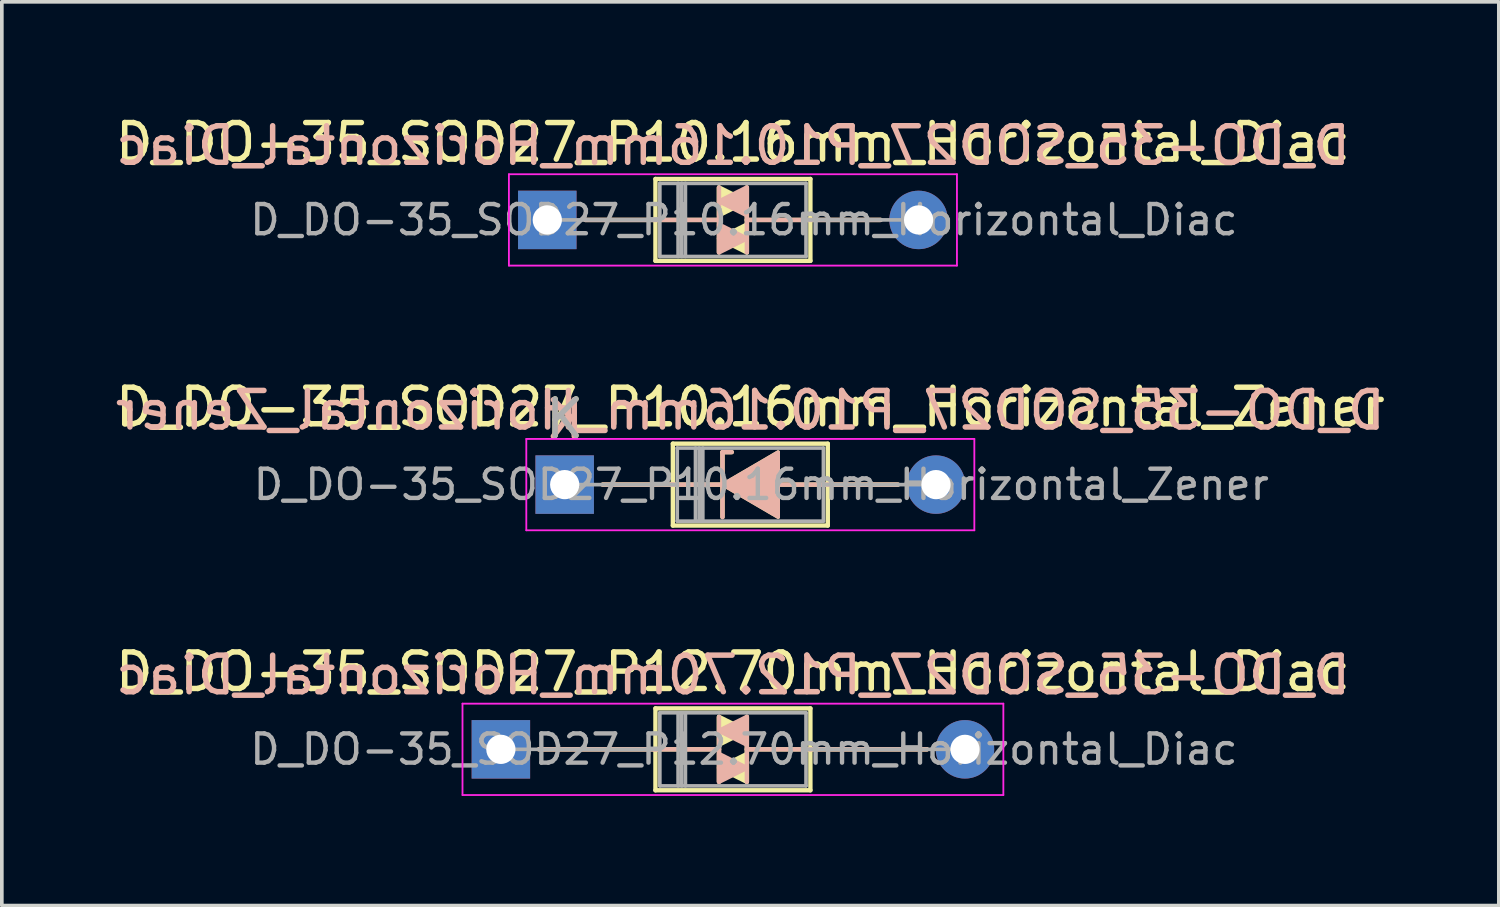
<source format=kicad_pcb>
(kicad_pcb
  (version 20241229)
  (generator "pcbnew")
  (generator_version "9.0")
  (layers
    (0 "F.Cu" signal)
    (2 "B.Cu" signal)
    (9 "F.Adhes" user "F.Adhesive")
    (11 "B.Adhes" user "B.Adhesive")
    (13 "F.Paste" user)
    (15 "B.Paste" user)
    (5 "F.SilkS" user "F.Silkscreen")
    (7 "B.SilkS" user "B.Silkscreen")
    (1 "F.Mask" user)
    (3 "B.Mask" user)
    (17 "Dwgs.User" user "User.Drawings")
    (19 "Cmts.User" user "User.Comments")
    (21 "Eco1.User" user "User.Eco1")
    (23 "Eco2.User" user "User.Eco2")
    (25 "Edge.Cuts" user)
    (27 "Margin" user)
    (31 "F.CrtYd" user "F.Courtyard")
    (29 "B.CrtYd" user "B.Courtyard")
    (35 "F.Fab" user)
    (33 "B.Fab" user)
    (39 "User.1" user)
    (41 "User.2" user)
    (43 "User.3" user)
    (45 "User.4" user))
  (footprint "D_DO-35_SOD27_P10.16mm_Horizontal_Zener"
    (layer "F.Cu")
    (at 12.402 10.211)
    (property "Reference" "D_DO-35_SOD27_P10.16mm_Horizontal_Zener" (at 5.08 -2.12 0) (layer "F.SilkS") (effects (font (size 1 1) (thickness 0.15))))
    (fp_line (start 1.04 0) (end 2.96 0) (stroke (width 0.12) (type solid)) (layer "F.SilkS"))
    (fp_line (start 2.921 0) (end 4.318 0) (stroke (width 0.12) (type solid)) (layer "F.SilkS"))
    (fp_line (start 2.96 -1.12) (end 2.96 1.12) (stroke (width 0.12) (type solid)) (layer "F.SilkS"))
    (fp_line (start 2.96 1.12) (end 7.2 1.12) (stroke (width 0.12) (type solid)) (layer "F.SilkS"))
    (fp_line (start 4.318 -0.889) (end 4.318 0.889) (stroke (width 0.12) (type solid)) (layer "F.SilkS"))
    (fp_line (start 4.318 -0.889) (end 4.572 -0.889) (stroke (width 0.12) (type solid)) (layer "F.SilkS"))
    (fp_line (start 7.2 -1.12) (end 2.96 -1.12) (stroke (width 0.12) (type solid)) (layer "F.SilkS"))
    (fp_line (start 7.2 0) (end 5.905 0) (stroke (width 0.12) (type solid)) (layer "F.SilkS"))
    (fp_line (start 7.2 1.12) (end 7.2 -1.12) (stroke (width 0.12) (type solid)) (layer "F.SilkS"))
    (fp_line (start 9.12 0) (end 7.2 0) (stroke (width 0.12) (type solid)) (layer "F.SilkS"))
    (fp_poly (pts (xy 5.842 0.889) (xy 4.318 0) (xy 5.842 -0.889)) (stroke (width 0.1) (type solid)) (fill yes) (layer "F.SilkS"))
    (fp_line (start 1.04 0) (end 2.96 0) (stroke (width 0.12) (type solid)) (layer "B.SilkS"))
    (fp_line (start 2.921 0) (end 4.318 0) (stroke (width 0.12) (type solid)) (layer "B.SilkS"))
    (fp_line (start 4.318 -0.889) (end 4.572 -0.889) (stroke (width 0.12) (type solid)) (layer "B.SilkS"))
    (fp_line (start 4.318 0.889) (end 4.318 -0.889) (stroke (width 0.12) (type solid)) (layer "B.SilkS"))
    (fp_line (start 7.2 0) (end 5.905 0) (stroke (width 0.12) (type solid)) (layer "B.SilkS"))
    (fp_line (start 9.12 0) (end 7.2 0) (stroke (width 0.12) (type solid)) (layer "B.SilkS"))
    (fp_poly (pts (xy 5.842 -0.889) (xy 4.318 0) (xy 5.842 0.889)) (stroke (width 0.1) (type solid)) (fill yes) (layer "B.SilkS"))
    (fp_line (start -1.05 -1.25) (end -1.05 1.25) (stroke (width 0.05) (type solid)) (layer "F.CrtYd"))
    (fp_line (start -1.05 1.25) (end 11.21 1.25) (stroke (width 0.05) (type solid)) (layer "F.CrtYd"))
    (fp_line (start 11.21 -1.25) (end -1.05 -1.25) (stroke (width 0.05) (type solid)) (layer "F.CrtYd"))
    (fp_line (start 11.21 1.25) (end 11.21 -1.25) (stroke (width 0.05) (type solid)) (layer "F.CrtYd"))
    (fp_line (start 0 0) (end 3.08 0) (stroke (width 0.1) (type solid)) (layer "F.Fab"))
    (fp_line (start 3.08 -1) (end 3.08 1) (stroke (width 0.1) (type solid)) (layer "F.Fab"))
    (fp_line (start 3.08 1) (end 7.08 1) (stroke (width 0.1) (type solid)) (layer "F.Fab"))
    (fp_line (start 3.58 -1) (end 3.58 1) (stroke (width 0.1) (type solid)) (layer "F.Fab"))
    (fp_line (start 3.68 -1) (end 3.68 1) (stroke (width 0.1) (type solid)) (layer "F.Fab"))
    (fp_line (start 3.78 -1) (end 3.78 1) (stroke (width 0.1) (type solid)) (layer "F.Fab"))
    (fp_line (start 7.08 -1) (end 3.08 -1) (stroke (width 0.1) (type solid)) (layer "F.Fab"))
    (fp_line (start 7.08 1) (end 7.08 -1) (stroke (width 0.1) (type solid)) (layer "F.Fab"))
    (fp_line (start 10.16 0) (end 7.08 0) (stroke (width 0.1) (type solid)) (layer "F.Fab"))
    (fp_text user "K" (at 0 -1.8 0) (layer "F.SilkS") (effects (font (size 1 1) (thickness 0.15))))
    (fp_text user "K" (at 0 -1.778 0) (layer "B.SilkS") (effects (font (size 1 1) (thickness 0.15)) (justify mirror)))
    (fp_text user "${REFERENCE}" (at 5.08 -2.032 0) (layer "B.SilkS") (effects (font (size 1 1) (thickness 0.15)) (justify mirror)))
    (fp_text user "${REFERENCE}" (at 5.38 0 0) (layer "F.Fab") (effects (font (size 0.8 0.8) (thickness 0.12))))
    (fp_text user "K" (at 0 -1.8 0) (layer "F.Fab") (effects (font (size 1 1) (thickness 0.15))))
    (pad "1" thru_hole rect (at 0 0) (size 1.6 1.6) (drill 0.8) (layers "*.Cu" "*.Mask"))
    (pad "2" thru_hole oval (at 10.16 0) (size 1.6 1.6) (drill 0.8) (layers "*.Cu" "*.Mask")))
  (footprint "D_DO-35_SOD27_P10.16mm_Horizontal_Diac"
    (layer "F.Cu")
    (at 11.926 2.968)
    (property "Reference" "D_DO-35_SOD27_P10.16mm_Horizontal_Diac" (at 5.08 -2.12 0) (layer "F.SilkS") (effects (font (size 1 1) (thickness 0.15))))
    (fp_line (start 1.04 0) (end 2.96 0) (stroke (width 0.12) (type solid)) (layer "F.SilkS"))
    (fp_line (start 2.921 0) (end 4.699 0) (stroke (width 0.12) (type solid)) (layer "F.SilkS"))
    (fp_line (start 2.96 -1.12) (end 2.96 1.12) (stroke (width 0.12) (type solid)) (layer "F.SilkS"))
    (fp_line (start 2.96 1.12) (end 7.2 1.12) (stroke (width 0.12) (type solid)) (layer "F.SilkS"))
    (fp_line (start 4.699 -0.889) (end 4.699 0.889) (stroke (width 0.12) (type solid)) (layer "F.SilkS"))
    (fp_line (start 5.461 -0.889) (end 5.461 0.889) (stroke (width 0.12) (type solid)) (layer "F.SilkS"))
    (fp_line (start 7.2 -1.12) (end 2.96 -1.12) (stroke (width 0.12) (type solid)) (layer "F.SilkS"))
    (fp_line (start 7.2 0) (end 5.461 0) (stroke (width 0.12) (type solid)) (layer "F.SilkS"))
    (fp_line (start 7.2 1.12) (end 7.2 -1.12) (stroke (width 0.12) (type solid)) (layer "F.SilkS"))
    (fp_line (start 9.12 0) (end 7.2 0) (stroke (width 0.12) (type solid)) (layer "F.SilkS"))
    (fp_poly (pts (xy 5.461 -0.508) (xy 4.699 -0.127) (xy 4.699 -0.889)) (stroke (width 0.12) (type solid)) (fill yes) (layer "F.SilkS"))
    (fp_poly (pts (xy 5.461 0.889) (xy 4.699 0.508) (xy 5.461 0.127)) (stroke (width 0.12) (type solid)) (fill yes) (layer "F.SilkS"))
    (fp_line (start 1.04 0) (end 2.96 0) (stroke (width 0.12) (type solid)) (layer "B.SilkS"))
    (fp_line (start 2.921 0) (end 4.699 0) (stroke (width 0.12) (type solid)) (layer "B.SilkS"))
    (fp_line (start 4.699 0.889) (end 4.699 -0.889) (stroke (width 0.12) (type solid)) (layer "B.SilkS"))
    (fp_line (start 5.461 0.889) (end 5.461 -0.889) (stroke (width 0.12) (type solid)) (layer "B.SilkS"))
    (fp_line (start 7.2 0) (end 5.461 0) (stroke (width 0.12) (type solid)) (layer "B.SilkS"))
    (fp_line (start 9.12 0) (end 7.2 0) (stroke (width 0.12) (type solid)) (layer "B.SilkS"))
    (fp_poly (pts (xy 5.461 -0.889) (xy 4.699 -0.508) (xy 5.461 -0.127)) (stroke (width 0.12) (type solid)) (fill yes) (layer "B.SilkS"))
    (fp_poly (pts (xy 5.461 0.508) (xy 4.699 0.127) (xy 4.699 0.889)) (stroke (width 0.12) (type solid)) (fill yes) (layer "B.SilkS"))
    (fp_line (start -1.05 -1.25) (end -1.05 1.25) (stroke (width 0.05) (type solid)) (layer "F.CrtYd"))
    (fp_line (start -1.05 1.25) (end 11.21 1.25) (stroke (width 0.05) (type solid)) (layer "F.CrtYd"))
    (fp_line (start 11.21 -1.25) (end -1.05 -1.25) (stroke (width 0.05) (type solid)) (layer "F.CrtYd"))
    (fp_line (start 11.21 1.25) (end 11.21 -1.25) (stroke (width 0.05) (type solid)) (layer "F.CrtYd"))
    (fp_line (start 0 0) (end 3.08 0) (stroke (width 0.1) (type solid)) (layer "F.Fab"))
    (fp_line (start 3.08 -1) (end 3.08 1) (stroke (width 0.1) (type solid)) (layer "F.Fab"))
    (fp_line (start 3.08 1) (end 7.08 1) (stroke (width 0.1) (type solid)) (layer "F.Fab"))
    (fp_line (start 3.58 -1) (end 3.58 1) (stroke (width 0.1) (type solid)) (layer "F.Fab"))
    (fp_line (start 3.68 -1) (end 3.68 1) (stroke (width 0.1) (type solid)) (layer "F.Fab"))
    (fp_line (start 3.78 -1) (end 3.78 1) (stroke (width 0.1) (type solid)) (layer "F.Fab"))
    (fp_line (start 7.08 -1) (end 3.08 -1) (stroke (width 0.1) (type solid)) (layer "F.Fab"))
    (fp_line (start 7.08 1) (end 7.08 -1) (stroke (width 0.1) (type solid)) (layer "F.Fab"))
    (fp_line (start 10.16 0) (end 7.08 0) (stroke (width 0.1) (type solid)) (layer "F.Fab"))
    (fp_text user "${REFERENCE}" (at 5.08 -2.032 0) (layer "B.SilkS") (effects (font (size 1 1) (thickness 0.15)) (justify mirror)))
    (fp_text user "${REFERENCE}" (at 5.38 0 0) (layer "F.Fab") (effects (font (size 0.8 0.8) (thickness 0.12))))
    (pad "1" thru_hole rect (at 0 0) (size 1.6 1.6) (drill 0.8) (layers "*.Cu" "*.Mask"))
    (pad "2" thru_hole oval (at 10.16 0) (size 1.6 1.6) (drill 0.8) (layers "*.Cu" "*.Mask")))
  (footprint "D_DO-35_SOD27_P12.70mm_Horizontal_Diac"
    (layer "F.Cu")
    (at 10.656 17.455)
    (property "Reference" "D_DO-35_SOD27_P12.70mm_Horizontal_Diac" (at 6.35 -2.12 0) (layer "F.SilkS") (effects (font (size 1 1) (thickness 0.15))))
    (fp_line (start 1.04 0) (end 4.23 0) (stroke (width 0.12) (type solid)) (layer "F.SilkS"))
    (fp_line (start 4.191 0) (end 5.969 0) (stroke (width 0.12) (type solid)) (layer "F.SilkS"))
    (fp_line (start 4.23 -1.12) (end 4.23 1.12) (stroke (width 0.12) (type solid)) (layer "F.SilkS"))
    (fp_line (start 4.23 1.12) (end 8.47 1.12) (stroke (width 0.12) (type solid)) (layer "F.SilkS"))
    (fp_line (start 5.969 -0.889) (end 5.969 0.889) (stroke (width 0.12) (type solid)) (layer "F.SilkS"))
    (fp_line (start 6.731 -0.889) (end 6.731 0.889) (stroke (width 0.12) (type solid)) (layer "F.SilkS"))
    (fp_line (start 8.47 -1.12) (end 4.23 -1.12) (stroke (width 0.12) (type solid)) (layer "F.SilkS"))
    (fp_line (start 8.47 0) (end 6.731 0) (stroke (width 0.12) (type solid)) (layer "F.SilkS"))
    (fp_line (start 8.47 1.12) (end 8.47 -1.12) (stroke (width 0.12) (type solid)) (layer "F.SilkS"))
    (fp_line (start 11.66 0) (end 8.47 0) (stroke (width 0.12) (type solid)) (layer "F.SilkS"))
    (fp_poly (pts (xy 6.731 -0.508) (xy 5.969 -0.127) (xy 5.969 -0.889)) (stroke (width 0.12) (type solid)) (fill yes) (layer "F.SilkS"))
    (fp_poly (pts (xy 6.731 0.889) (xy 5.969 0.508) (xy 6.731 0.127)) (stroke (width 0.12) (type solid)) (fill yes) (layer "F.SilkS"))
    (fp_line (start 1.04 0) (end 4.23 0) (stroke (width 0.12) (type solid)) (layer "B.SilkS"))
    (fp_line (start 4.191 0) (end 5.969 0) (stroke (width 0.12) (type solid)) (layer "B.SilkS"))
    (fp_line (start 5.969 0.889) (end 5.969 -0.889) (stroke (width 0.12) (type solid)) (layer "B.SilkS"))
    (fp_line (start 6.731 0.889) (end 6.731 -0.889) (stroke (width 0.12) (type solid)) (layer "B.SilkS"))
    (fp_line (start 8.47 0) (end 6.731 0) (stroke (width 0.12) (type solid)) (layer "B.SilkS"))
    (fp_line (start 11.66 0) (end 8.47 0) (stroke (width 0.12) (type solid)) (layer "B.SilkS"))
    (fp_poly (pts (xy 6.731 -0.889) (xy 5.969 -0.508) (xy 6.731 -0.127)) (stroke (width 0.12) (type solid)) (fill yes) (layer "B.SilkS"))
    (fp_poly (pts (xy 6.731 0.508) (xy 5.969 0.127) (xy 5.969 0.889)) (stroke (width 0.12) (type solid)) (fill yes) (layer "B.SilkS"))
    (fp_line (start -1.05 -1.25) (end -1.05 1.25) (stroke (width 0.05) (type solid)) (layer "F.CrtYd"))
    (fp_line (start -1.05 1.25) (end 13.75 1.25) (stroke (width 0.05) (type solid)) (layer "F.CrtYd"))
    (fp_line (start 13.75 -1.25) (end -1.05 -1.25) (stroke (width 0.05) (type solid)) (layer "F.CrtYd"))
    (fp_line (start 13.75 1.25) (end 13.75 -1.25) (stroke (width 0.05) (type solid)) (layer "F.CrtYd"))
    (fp_line (start 0 0) (end 4.35 0) (stroke (width 0.1) (type solid)) (layer "F.Fab"))
    (fp_line (start 4.35 -1) (end 4.35 1) (stroke (width 0.1) (type solid)) (layer "F.Fab"))
    (fp_line (start 4.35 1) (end 8.35 1) (stroke (width 0.1) (type solid)) (layer "F.Fab"))
    (fp_line (start 4.85 -1) (end 4.85 1) (stroke (width 0.1) (type solid)) (layer "F.Fab"))
    (fp_line (start 4.95 -1) (end 4.95 1) (stroke (width 0.1) (type solid)) (layer "F.Fab"))
    (fp_line (start 5.05 -1) (end 5.05 1) (stroke (width 0.1) (type solid)) (layer "F.Fab"))
    (fp_line (start 8.35 -1) (end 4.35 -1) (stroke (width 0.1) (type solid)) (layer "F.Fab"))
    (fp_line (start 8.35 1) (end 8.35 -1) (stroke (width 0.1) (type solid)) (layer "F.Fab"))
    (fp_line (start 12.7 0) (end 8.35 0) (stroke (width 0.1) (type solid)) (layer "F.Fab"))
    (fp_text user "${REFERENCE}" (at 6.35 -2.032 0) (layer "B.SilkS") (effects (font (size 1 1) (thickness 0.15)) (justify mirror)))
    (fp_text user "${REFERENCE}" (at 6.65 0 0) (layer "F.Fab") (effects (font (size 0.8 0.8) (thickness 0.12))))
    (pad "1" thru_hole rect (at 0 0) (size 1.6 1.6) (drill 0.8) (layers "*.Cu" "*.Mask"))
    (pad "2" thru_hole oval (at 12.7 0) (size 1.6 1.6) (drill 0.8) (layers "*.Cu" "*.Mask")))
  (gr_rect
    (start -3 -3)
    (end 37.964 21.73)
    (stroke (width 0.1) (type default))
    (fill no)
    (layer "Edge.Cuts")))
</source>
